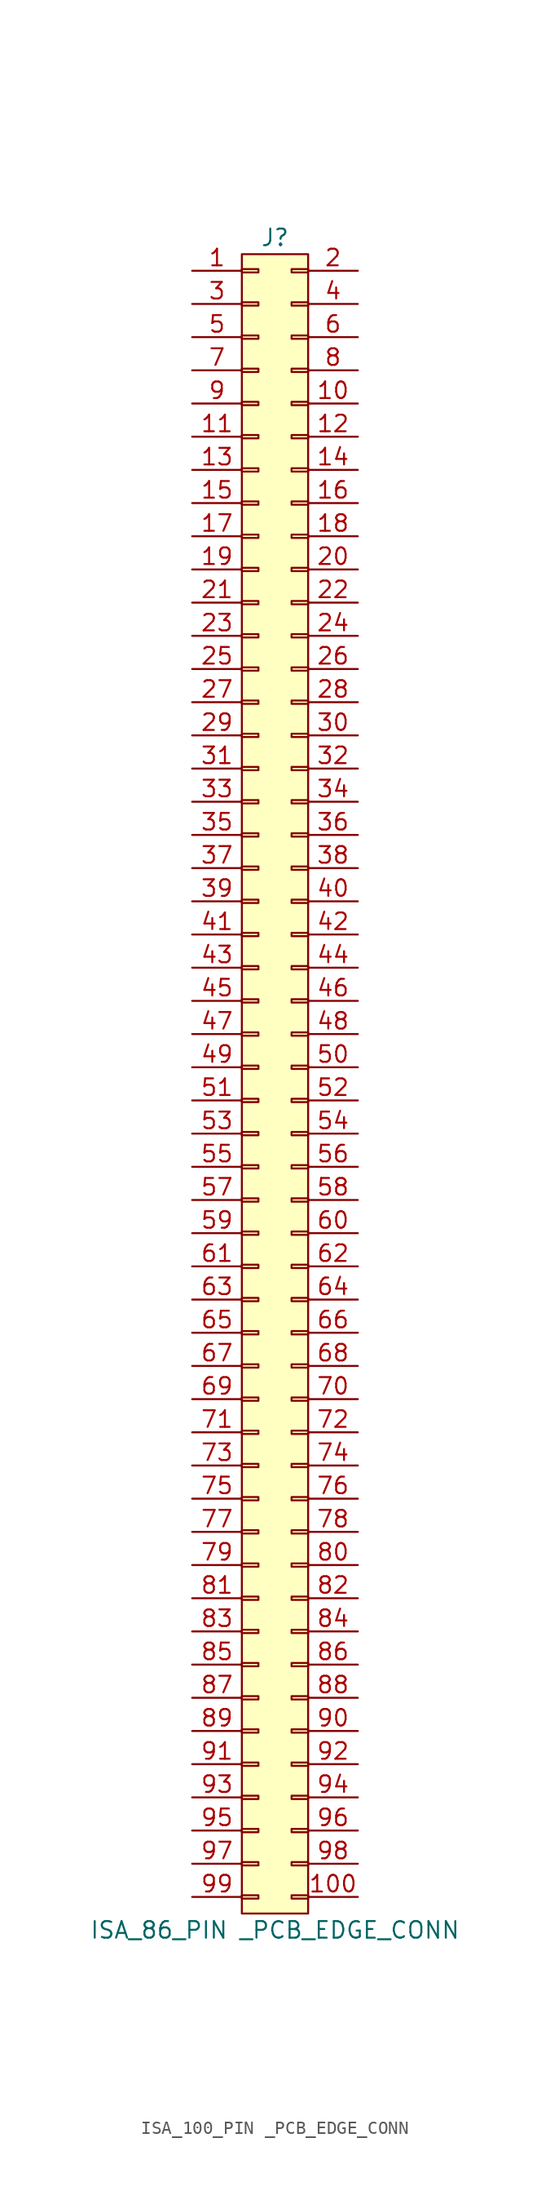
<source format=kicad_sym>
(kicad_symbol_lib
  (version 20241209)
  (generator "kicad_symbol_editor")
  (generator_version "9.0")
  (symbol "ISA_100_PIN _PCB_EDGE_CONN"
    (pin_names
      (offset 1.016)
      (hide yes))
    (property "Reference" "J"
      (at 1.27 50.8 0)
      (effects (font (size 1.27 1.27))))
    (property "Value" "ISA_86_PIN _PCB_EDGE_CONN"
      (at 1.27 -78.74 0)
      (effects (font (size 1.27 1.27))))
    (symbol "ISA_100_PIN _PCB_EDGE_CONN_1_1"
      (rectangle (start -1.27 49.53) (end 3.81 -77.47) (stroke (width 0) (type solid)) (fill (type background)))
      (rectangle (start -1.27 48.387) (end 0 48.133) (stroke (width 0.152) (type default)) (fill (type none)))
      (rectangle (start -1.27 45.847) (end 0 45.593) (stroke (width 0.152) (type default)) (fill (type none)))
      (rectangle (start -1.27 43.307) (end 0 43.053) (stroke (width 0.152) (type default)) (fill (type none)))
      (rectangle (start -1.27 40.767) (end 0 40.513) (stroke (width 0.152) (type default)) (fill (type none)))
      (rectangle (start -1.27 38.227) (end 0 37.973) (stroke (width 0.152) (type default)) (fill (type none)))
      (rectangle (start -1.27 35.687) (end 0 35.433) (stroke (width 0.152) (type default)) (fill (type none)))
      (rectangle (start -1.27 33.147) (end 0 32.893) (stroke (width 0.152) (type default)) (fill (type none)))
      (rectangle (start -1.27 30.607) (end 0 30.353) (stroke (width 0.152) (type default)) (fill (type none)))
      (rectangle (start -1.27 28.067) (end 0 27.813) (stroke (width 0.152) (type default)) (fill (type none)))
      (rectangle (start -1.27 25.527) (end 0 25.273) (stroke (width 0.152) (type default)) (fill (type none)))
      (rectangle (start -1.27 22.987) (end 0 22.733) (stroke (width 0.152) (type default)) (fill (type none)))
      (rectangle (start -1.27 20.447) (end 0 20.193) (stroke (width 0.152) (type default)) (fill (type none)))
      (rectangle (start -1.27 17.907) (end 0 17.653) (stroke (width 0.152) (type default)) (fill (type none)))
      (rectangle (start -1.27 15.367) (end 0 15.113) (stroke (width 0.152) (type default)) (fill (type none)))
      (rectangle (start -1.27 12.827) (end 0 12.573) (stroke (width 0.152) (type default)) (fill (type none)))
      (rectangle (start -1.27 10.287) (end 0 10.033) (stroke (width 0.152) (type default)) (fill (type none)))
      (rectangle (start -1.27 7.747) (end 0 7.493) (stroke (width 0.152) (type default)) (fill (type none)))
      (rectangle (start -1.27 5.207) (end 0 4.953) (stroke (width 0.152) (type default)) (fill (type none)))
      (rectangle (start -1.27 2.667) (end 0 2.413) (stroke (width 0.152) (type default)) (fill (type none)))
      (rectangle (start -1.27 0.127) (end 0 -0.127) (stroke (width 0.152) (type default)) (fill (type none)))
      (rectangle (start -1.27 -2.413) (end 0 -2.667) (stroke (width 0.152) (type default)) (fill (type none)))
      (rectangle (start -1.27 -4.953) (end 0 -5.207) (stroke (width 0.152) (type default)) (fill (type none)))
      (rectangle (start -1.27 -7.493) (end 0 -7.747) (stroke (width 0.152) (type default)) (fill (type none)))
      (rectangle (start -1.27 -10.033) (end 0 -10.287) (stroke (width 0.152) (type default)) (fill (type none)))
      (rectangle (start -1.27 -12.573) (end 0 -12.827) (stroke (width 0.152) (type default)) (fill (type none)))
      (rectangle (start -1.27 -15.113) (end 0 -15.367) (stroke (width 0.152) (type default)) (fill (type none)))
      (rectangle (start -1.27 -17.653) (end 0 -17.907) (stroke (width 0.152) (type default)) (fill (type none)))
      (rectangle (start -1.27 -20.193) (end 0 -20.447) (stroke (width 0.152) (type default)) (fill (type none)))
      (rectangle (start -1.27 -22.733) (end 0 -22.987) (stroke (width 0.152) (type default)) (fill (type none)))
      (rectangle (start -1.27 -25.273) (end 0 -25.527) (stroke (width 0.152) (type default)) (fill (type none)))
      (rectangle (start -1.27 -27.813) (end 0 -28.067) (stroke (width 0.152) (type default)) (fill (type none)))
      (rectangle (start -1.27 -30.353) (end 0 -30.607) (stroke (width 0.152) (type default)) (fill (type none)))
      (rectangle (start -1.27 -32.893) (end 0 -33.147) (stroke (width 0.152) (type default)) (fill (type none)))
      (rectangle (start -1.27 -35.433) (end 0 -35.687) (stroke (width 0.152) (type default)) (fill (type none)))
      (rectangle (start -1.27 -37.973) (end 0 -38.227) (stroke (width 0.152) (type default)) (fill (type none)))
      (rectangle (start -1.27 -40.513) (end 0 -40.767) (stroke (width 0.152) (type default)) (fill (type none)))
      (rectangle (start -1.27 -43.053) (end 0 -43.307) (stroke (width 0.152) (type default)) (fill (type none)))
      (rectangle (start -1.27 -45.593) (end 0 -45.847) (stroke (width 0.152) (type default)) (fill (type none)))
      (rectangle (start -1.27 -48.133) (end 0 -48.387) (stroke (width 0.152) (type default)) (fill (type none)))
      (rectangle (start -1.27 -50.673) (end 0 -50.927) (stroke (width 0.152) (type default)) (fill (type none)))
      (rectangle (start -1.27 -53.213) (end 0 -53.467) (stroke (width 0.152) (type default)) (fill (type none)))
      (rectangle (start -1.27 -55.753) (end 0 -56.007) (stroke (width 0.152) (type default)) (fill (type none)))
      (rectangle (start -1.27 -58.293) (end 0 -58.547) (stroke (width 0.152) (type default)) (fill (type none)))
      (rectangle (start -1.27 -60.833) (end 0 -61.087) (stroke (width 0.152) (type default)) (fill (type none)))
      (rectangle (start -1.27 -63.373) (end 0 -63.627) (stroke (width 0.152) (type default)) (fill (type none)))
      (rectangle (start -1.27 -65.913) (end 0 -66.167) (stroke (width 0.152) (type default)) (fill (type none)))
      (rectangle (start -1.27 -68.453) (end 0 -68.707) (stroke (width 0.152) (type default)) (fill (type none)))
      (rectangle (start -1.27 -70.993) (end 0 -71.247) (stroke (width 0.152) (type default)) (fill (type none)))
      (rectangle (start -1.27 -73.533) (end 0 -73.787) (stroke (width 0.152) (type default)) (fill (type none)))
      (rectangle (start -1.27 -76.073) (end 0 -76.327) (stroke (width 0.152) (type default)) (fill (type none)))
      (rectangle (start 3.81 48.387) (end 2.54 48.133) (stroke (width 0.152) (type default)) (fill (type none)))
      (rectangle (start 3.81 45.847) (end 2.54 45.593) (stroke (width 0.152) (type default)) (fill (type none)))
      (rectangle (start 3.81 43.307) (end 2.54 43.053) (stroke (width 0.152) (type default)) (fill (type none)))
      (rectangle (start 3.81 40.767) (end 2.54 40.513) (stroke (width 0.152) (type default)) (fill (type none)))
      (rectangle (start 3.81 38.227) (end 2.54 37.973) (stroke (width 0.152) (type default)) (fill (type none)))
      (rectangle (start 3.81 35.687) (end 2.54 35.433) (stroke (width 0.152) (type default)) (fill (type none)))
      (rectangle (start 3.81 33.147) (end 2.54 32.893) (stroke (width 0.152) (type default)) (fill (type none)))
      (rectangle (start 3.81 30.607) (end 2.54 30.353) (stroke (width 0.152) (type default)) (fill (type none)))
      (rectangle (start 3.81 28.067) (end 2.54 27.813) (stroke (width 0.152) (type default)) (fill (type none)))
      (rectangle (start 3.81 25.527) (end 2.54 25.273) (stroke (width 0.152) (type default)) (fill (type none)))
      (rectangle (start 3.81 22.987) (end 2.54 22.733) (stroke (width 0.152) (type default)) (fill (type none)))
      (rectangle (start 3.81 20.447) (end 2.54 20.193) (stroke (width 0.152) (type default)) (fill (type none)))
      (rectangle (start 3.81 17.907) (end 2.54 17.653) (stroke (width 0.152) (type default)) (fill (type none)))
      (rectangle (start 3.81 15.367) (end 2.54 15.113) (stroke (width 0.152) (type default)) (fill (type none)))
      (rectangle (start 3.81 12.827) (end 2.54 12.573) (stroke (width 0.152) (type default)) (fill (type none)))
      (rectangle (start 3.81 10.287) (end 2.54 10.033) (stroke (width 0.152) (type default)) (fill (type none)))
      (rectangle (start 3.81 7.747) (end 2.54 7.493) (stroke (width 0.152) (type default)) (fill (type none)))
      (rectangle (start 3.81 5.207) (end 2.54 4.953) (stroke (width 0.152) (type default)) (fill (type none)))
      (rectangle (start 3.81 2.667) (end 2.54 2.413) (stroke (width 0.152) (type default)) (fill (type none)))
      (rectangle (start 3.81 0.127) (end 2.54 -0.127) (stroke (width 0.152) (type default)) (fill (type none)))
      (rectangle (start 3.81 -2.413) (end 2.54 -2.667) (stroke (width 0.152) (type default)) (fill (type none)))
      (rectangle (start 3.81 -4.953) (end 2.54 -5.207) (stroke (width 0.152) (type default)) (fill (type none)))
      (rectangle (start 3.81 -7.493) (end 2.54 -7.747) (stroke (width 0.152) (type default)) (fill (type none)))
      (rectangle (start 3.81 -10.033) (end 2.54 -10.287) (stroke (width 0.152) (type default)) (fill (type none)))
      (rectangle (start 3.81 -12.573) (end 2.54 -12.827) (stroke (width 0.152) (type default)) (fill (type none)))
      (rectangle (start 3.81 -15.113) (end 2.54 -15.367) (stroke (width 0.152) (type default)) (fill (type none)))
      (rectangle (start 3.81 -17.653) (end 2.54 -17.907) (stroke (width 0.152) (type default)) (fill (type none)))
      (rectangle (start 3.81 -20.193) (end 2.54 -20.447) (stroke (width 0.152) (type default)) (fill (type none)))
      (rectangle (start 3.81 -22.733) (end 2.54 -22.987) (stroke (width 0.152) (type default)) (fill (type none)))
      (rectangle (start 3.81 -25.273) (end 2.54 -25.527) (stroke (width 0.152) (type default)) (fill (type none)))
      (rectangle (start 3.81 -27.813) (end 2.54 -28.067) (stroke (width 0.152) (type default)) (fill (type none)))
      (rectangle (start 3.81 -30.353) (end 2.54 -30.607) (stroke (width 0.152) (type default)) (fill (type none)))
      (rectangle (start 3.81 -32.893) (end 2.54 -33.147) (stroke (width 0.152) (type default)) (fill (type none)))
      (rectangle (start 3.81 -35.433) (end 2.54 -35.687) (stroke (width 0.152) (type default)) (fill (type none)))
      (rectangle (start 3.81 -37.973) (end 2.54 -38.227) (stroke (width 0.152) (type default)) (fill (type none)))
      (rectangle (start 3.81 -40.513) (end 2.54 -40.767) (stroke (width 0.152) (type default)) (fill (type none)))
      (rectangle (start 3.81 -43.053) (end 2.54 -43.307) (stroke (width 0.152) (type default)) (fill (type none)))
      (rectangle (start 3.81 -45.593) (end 2.54 -45.847) (stroke (width 0.152) (type default)) (fill (type none)))
      (rectangle (start 3.81 -48.133) (end 2.54 -48.387) (stroke (width 0.152) (type default)) (fill (type none)))
      (rectangle (start 3.81 -50.673) (end 2.54 -50.927) (stroke (width 0.152) (type default)) (fill (type none)))
      (rectangle (start 3.81 -53.213) (end 2.54 -53.467) (stroke (width 0.152) (type default)) (fill (type none)))
      (rectangle (start 3.81 -55.753) (end 2.54 -56.007) (stroke (width 0.152) (type default)) (fill (type none)))
      (rectangle (start 3.81 -58.293) (end 2.54 -58.547) (stroke (width 0.152) (type default)) (fill (type none)))
      (rectangle (start 3.81 -60.833) (end 2.54 -61.087) (stroke (width 0.152) (type default)) (fill (type none)))
      (rectangle (start 3.81 -63.373) (end 2.54 -63.627) (stroke (width 0.152) (type default)) (fill (type none)))
      (rectangle (start 3.81 -65.913) (end 2.54 -66.167) (stroke (width 0.152) (type default)) (fill (type none)))
      (rectangle (start 3.81 -68.453) (end 2.54 -68.707) (stroke (width 0.152) (type default)) (fill (type none)))
      (rectangle (start 3.81 -70.993) (end 2.54 -71.247) (stroke (width 0.152) (type default)) (fill (type none)))
      (rectangle (start 3.81 -73.533) (end 2.54 -73.787) (stroke (width 0.152) (type default)) (fill (type none)))
      (rectangle (start 3.81 -76.073) (end 2.54 -76.327) (stroke (width 0.152) (type default)) (fill (type none)))
      (pin passive line (at -5.08 48.26 0) (length 3.81) (name "Pin_1" (effects (font (size 1.27 1.27)))) (number "1" (effects (font (size 1.27 1.27)))))
      (pin passive line (at -5.08 45.72 0) (length 3.81) (name "Pin_3" (effects (font (size 1.27 1.27)))) (number "3" (effects (font (size 1.27 1.27)))))
      (pin passive line (at -5.08 43.18 0) (length 3.81) (name "Pin_5" (effects (font (size 1.27 1.27)))) (number "5" (effects (font (size 1.27 1.27)))))
      (pin passive line (at -5.08 40.64 0) (length 3.81) (name "Pin_7" (effects (font (size 1.27 1.27)))) (number "7" (effects (font (size 1.27 1.27)))))
      (pin passive line (at -5.08 38.1 0) (length 3.81) (name "Pin_9" (effects (font (size 1.27 1.27)))) (number "9" (effects (font (size 1.27 1.27)))))
      (pin passive line (at -5.08 35.56 0) (length 3.81) (name "Pin_11" (effects (font (size 1.27 1.27)))) (number "11" (effects (font (size 1.27 1.27)))))
      (pin passive line (at -5.08 33.02 0) (length 3.81) (name "Pin_13" (effects (font (size 1.27 1.27)))) (number "13" (effects (font (size 1.27 1.27)))))
      (pin passive line (at -5.08 30.48 0) (length 3.81) (name "Pin_15" (effects (font (size 1.27 1.27)))) (number "15" (effects (font (size 1.27 1.27)))))
      (pin passive line (at -5.08 27.94 0) (length 3.81) (name "Pin_17" (effects (font (size 1.27 1.27)))) (number "17" (effects (font (size 1.27 1.27)))))
      (pin passive line (at -5.08 25.4 0) (length 3.81) (name "Pin_19" (effects (font (size 1.27 1.27)))) (number "19" (effects (font (size 1.27 1.27)))))
      (pin passive line (at -5.08 22.86 0) (length 3.81) (name "Pin_21" (effects (font (size 1.27 1.27)))) (number "21" (effects (font (size 1.27 1.27)))))
      (pin passive line (at -5.08 20.32 0) (length 3.81) (name "Pin_23" (effects (font (size 1.27 1.27)))) (number "23" (effects (font (size 1.27 1.27)))))
      (pin passive line (at -5.08 17.78 0) (length 3.81) (name "Pin_25" (effects (font (size 1.27 1.27)))) (number "25" (effects (font (size 1.27 1.27)))))
      (pin passive line (at -5.08 15.24 0) (length 3.81) (name "Pin_27" (effects (font (size 1.27 1.27)))) (number "27" (effects (font (size 1.27 1.27)))))
      (pin passive line (at -5.08 12.7 0) (length 3.81) (name "Pin_29" (effects (font (size 1.27 1.27)))) (number "29" (effects (font (size 1.27 1.27)))))
      (pin passive line (at -5.08 10.16 0) (length 3.81) (name "Pin_31" (effects (font (size 1.27 1.27)))) (number "31" (effects (font (size 1.27 1.27)))))
      (pin passive line (at -5.08 7.62 0) (length 3.81) (name "Pin_33" (effects (font (size 1.27 1.27)))) (number "33" (effects (font (size 1.27 1.27)))))
      (pin passive line (at -5.08 5.08 0) (length 3.81) (name "Pin_35" (effects (font (size 1.27 1.27)))) (number "35" (effects (font (size 1.27 1.27)))))
      (pin passive line (at -5.08 2.54 0) (length 3.81) (name "Pin_37" (effects (font (size 1.27 1.27)))) (number "37" (effects (font (size 1.27 1.27)))))
      (pin passive line (at -5.08 0 0) (length 3.81) (name "Pin_39" (effects (font (size 1.27 1.27)))) (number "39" (effects (font (size 1.27 1.27)))))
      (pin passive line (at -5.08 -2.54 0) (length 3.81) (name "Pin_41" (effects (font (size 1.27 1.27)))) (number "41" (effects (font (size 1.27 1.27)))))
      (pin passive line (at -5.08 -5.08 0) (length 3.81) (name "Pin_43" (effects (font (size 1.27 1.27)))) (number "43" (effects (font (size 1.27 1.27)))))
      (pin passive line (at -5.08 -7.62 0) (length 3.81) (name "Pin_45" (effects (font (size 1.27 1.27)))) (number "45" (effects (font (size 1.27 1.27)))))
      (pin passive line (at -5.08 -10.16 0) (length 3.81) (name "Pin_47" (effects (font (size 1.27 1.27)))) (number "47" (effects (font (size 1.27 1.27)))))
      (pin passive line (at -5.08 -12.7 0) (length 3.81) (name "Pin_49" (effects (font (size 1.27 1.27)))) (number "49" (effects (font (size 1.27 1.27)))))
      (pin passive line (at -5.08 -15.24 0) (length 3.81) (name "Pin_51" (effects (font (size 1.27 1.27)))) (number "51" (effects (font (size 1.27 1.27)))))
      (pin passive line (at -5.08 -17.78 0) (length 3.81) (name "Pin_53" (effects (font (size 1.27 1.27)))) (number "53" (effects (font (size 1.27 1.27)))))
      (pin passive line (at -5.08 -20.32 0) (length 3.81) (name "Pin_55" (effects (font (size 1.27 1.27)))) (number "55" (effects (font (size 1.27 1.27)))))
      (pin passive line (at -5.08 -22.86 0) (length 3.81) (name "Pin_57" (effects (font (size 1.27 1.27)))) (number "57" (effects (font (size 1.27 1.27)))))
      (pin passive line (at -5.08 -25.4 0) (length 3.81) (name "Pin_59" (effects (font (size 1.27 1.27)))) (number "59" (effects (font (size 1.27 1.27)))))
      (pin passive line (at -5.08 -27.94 0) (length 3.81) (name "Pin_61" (effects (font (size 1.27 1.27)))) (number "61" (effects (font (size 1.27 1.27)))))
      (pin passive line (at -5.08 -30.48 0) (length 3.81) (name "Pin_63" (effects (font (size 1.27 1.27)))) (number "63" (effects (font (size 1.27 1.27)))))
      (pin passive line (at -5.08 -33.02 0) (length 3.81) (name "Pin_65" (effects (font (size 1.27 1.27)))) (number "65" (effects (font (size 1.27 1.27)))))
      (pin passive line (at -5.08 -35.56 0) (length 3.81) (name "Pin_67" (effects (font (size 1.27 1.27)))) (number "67" (effects (font (size 1.27 1.27)))))
      (pin passive line (at -5.08 -38.1 0) (length 3.81) (name "Pin_69" (effects (font (size 1.27 1.27)))) (number "69" (effects (font (size 1.27 1.27)))))
      (pin passive line (at -5.08 -40.64 0) (length 3.81) (name "Pin_41" (effects (font (size 1.27 1.27)))) (number "71" (effects (font (size 1.27 1.27)))))
      (pin passive line (at -5.08 -43.18 0) (length 3.81) (name "Pin_43" (effects (font (size 1.27 1.27)))) (number "73" (effects (font (size 1.27 1.27)))))
      (pin passive line (at -5.08 -45.72 0) (length 3.81) (name "Pin_45" (effects (font (size 1.27 1.27)))) (number "75" (effects (font (size 1.27 1.27)))))
      (pin passive line (at -5.08 -48.26 0) (length 3.81) (name "Pin_47" (effects (font (size 1.27 1.27)))) (number "77" (effects (font (size 1.27 1.27)))))
      (pin passive line (at -5.08 -50.8 0) (length 3.81) (name "Pin_49" (effects (font (size 1.27 1.27)))) (number "79" (effects (font (size 1.27 1.27)))))
      (pin passive line (at -5.08 -53.34 0) (length 3.81) (name "Pin_51" (effects (font (size 1.27 1.27)))) (number "81" (effects (font (size 1.27 1.27)))))
      (pin passive line (at -5.08 -55.88 0) (length 3.81) (name "Pin_53" (effects (font (size 1.27 1.27)))) (number "83" (effects (font (size 1.27 1.27)))))
      (pin passive line (at -5.08 -58.42 0) (length 3.81) (name "Pin_55" (effects (font (size 1.27 1.27)))) (number "85" (effects (font (size 1.27 1.27)))))
      (pin passive line (at -5.08 -60.96 0) (length 3.81) (name "Pin_57" (effects (font (size 1.27 1.27)))) (number "87" (effects (font (size 1.27 1.27)))))
      (pin passive line (at -5.08 -63.5 0) (length 3.81) (name "Pin_59" (effects (font (size 1.27 1.27)))) (number "89" (effects (font (size 1.27 1.27)))))
      (pin passive line (at -5.08 -66.04 0) (length 3.81) (name "Pin_61" (effects (font (size 1.27 1.27)))) (number "91" (effects (font (size 1.27 1.27)))))
      (pin passive line (at -5.08 -68.58 0) (length 3.81) (name "Pin_63" (effects (font (size 1.27 1.27)))) (number "93" (effects (font (size 1.27 1.27)))))
      (pin passive line (at -5.08 -71.12 0) (length 3.81) (name "Pin_65" (effects (font (size 1.27 1.27)))) (number "95" (effects (font (size 1.27 1.27)))))
      (pin passive line (at -5.08 -73.66 0) (length 3.81) (name "Pin_67" (effects (font (size 1.27 1.27)))) (number "97" (effects (font (size 1.27 1.27)))))
      (pin passive line (at -5.08 -76.2 0) (length 3.81) (name "Pin_69" (effects (font (size 1.27 1.27)))) (number "99" (effects (font (size 1.27 1.27)))))
      (pin passive line (at 7.62 48.26 180) (length 3.81) (name "Pin_2" (effects (font (size 1.27 1.27)))) (number "2" (effects (font (size 1.27 1.27)))))
      (pin passive line (at 7.62 45.72 180) (length 3.81) (name "Pin_4" (effects (font (size 1.27 1.27)))) (number "4" (effects (font (size 1.27 1.27)))))
      (pin passive line (at 7.62 43.18 180) (length 3.81) (name "Pin_6" (effects (font (size 1.27 1.27)))) (number "6" (effects (font (size 1.27 1.27)))))
      (pin passive line (at 7.62 40.64 180) (length 3.81) (name "Pin_8" (effects (font (size 1.27 1.27)))) (number "8" (effects (font (size 1.27 1.27)))))
      (pin passive line (at 7.62 38.1 180) (length 3.81) (name "Pin_10" (effects (font (size 1.27 1.27)))) (number "10" (effects (font (size 1.27 1.27)))))
      (pin passive line (at 7.62 35.56 180) (length 3.81) (name "Pin_12" (effects (font (size 1.27 1.27)))) (number "12" (effects (font (size 1.27 1.27)))))
      (pin passive line (at 7.62 33.02 180) (length 3.81) (name "Pin_14" (effects (font (size 1.27 1.27)))) (number "14" (effects (font (size 1.27 1.27)))))
      (pin passive line (at 7.62 30.48 180) (length 3.81) (name "Pin_16" (effects (font (size 1.27 1.27)))) (number "16" (effects (font (size 1.27 1.27)))))
      (pin passive line (at 7.62 27.94 180) (length 3.81) (name "Pin_18" (effects (font (size 1.27 1.27)))) (number "18" (effects (font (size 1.27 1.27)))))
      (pin passive line (at 7.62 25.4 180) (length 3.81) (name "Pin_20" (effects (font (size 1.27 1.27)))) (number "20" (effects (font (size 1.27 1.27)))))
      (pin passive line (at 7.62 22.86 180) (length 3.81) (name "Pin_22" (effects (font (size 1.27 1.27)))) (number "22" (effects (font (size 1.27 1.27)))))
      (pin passive line (at 7.62 20.32 180) (length 3.81) (name "Pin_24" (effects (font (size 1.27 1.27)))) (number "24" (effects (font (size 1.27 1.27)))))
      (pin passive line (at 7.62 17.78 180) (length 3.81) (name "Pin_26" (effects (font (size 1.27 1.27)))) (number "26" (effects (font (size 1.27 1.27)))))
      (pin passive line (at 7.62 15.24 180) (length 3.81) (name "Pin_28" (effects (font (size 1.27 1.27)))) (number "28" (effects (font (size 1.27 1.27)))))
      (pin passive line (at 7.62 12.7 180) (length 3.81) (name "Pin_30" (effects (font (size 1.27 1.27)))) (number "30" (effects (font (size 1.27 1.27)))))
      (pin passive line (at 7.62 10.16 180) (length 3.81) (name "Pin_32" (effects (font (size 1.27 1.27)))) (number "32" (effects (font (size 1.27 1.27)))))
      (pin passive line (at 7.62 7.62 180) (length 3.81) (name "Pin_34" (effects (font (size 1.27 1.27)))) (number "34" (effects (font (size 1.27 1.27)))))
      (pin passive line (at 7.62 5.08 180) (length 3.81) (name "Pin_36" (effects (font (size 1.27 1.27)))) (number "36" (effects (font (size 1.27 1.27)))))
      (pin passive line (at 7.62 2.54 180) (length 3.81) (name "Pin_38" (effects (font (size 1.27 1.27)))) (number "38" (effects (font (size 1.27 1.27)))))
      (pin passive line (at 7.62 0 180) (length 3.81) (name "Pin_40" (effects (font (size 1.27 1.27)))) (number "40" (effects (font (size 1.27 1.27)))))
      (pin passive line (at 7.62 -2.54 180) (length 3.81) (name "Pin_42" (effects (font (size 1.27 1.27)))) (number "42" (effects (font (size 1.27 1.27)))))
      (pin passive line (at 7.62 -5.08 180) (length 3.81) (name "Pin_44" (effects (font (size 1.27 1.27)))) (number "44" (effects (font (size 1.27 1.27)))))
      (pin passive line (at 7.62 -7.62 180) (length 3.81) (name "Pin_46" (effects (font (size 1.27 1.27)))) (number "46" (effects (font (size 1.27 1.27)))))
      (pin passive line (at 7.62 -10.16 180) (length 3.81) (name "Pin_48" (effects (font (size 1.27 1.27)))) (number "48" (effects (font (size 1.27 1.27)))))
      (pin passive line (at 7.62 -12.7 180) (length 3.81) (name "Pin_50" (effects (font (size 1.27 1.27)))) (number "50" (effects (font (size 1.27 1.27)))))
      (pin passive line (at 7.62 -15.24 180) (length 3.81) (name "Pin_52" (effects (font (size 1.27 1.27)))) (number "52" (effects (font (size 1.27 1.27)))))
      (pin passive line (at 7.62 -17.78 180) (length 3.81) (name "Pin_54" (effects (font (size 1.27 1.27)))) (number "54" (effects (font (size 1.27 1.27)))))
      (pin passive line (at 7.62 -20.32 180) (length 3.81) (name "Pin_56" (effects (font (size 1.27 1.27)))) (number "56" (effects (font (size 1.27 1.27)))))
      (pin passive line (at 7.62 -22.86 180) (length 3.81) (name "Pin_58" (effects (font (size 1.27 1.27)))) (number "58" (effects (font (size 1.27 1.27)))))
      (pin passive line (at 7.62 -25.4 180) (length 3.81) (name "Pin_60" (effects (font (size 1.27 1.27)))) (number "60" (effects (font (size 1.27 1.27)))))
      (pin passive line (at 7.62 -27.94 180) (length 3.81) (name "Pin_62" (effects (font (size 1.27 1.27)))) (number "62" (effects (font (size 1.27 1.27)))))
      (pin passive line (at 7.62 -30.48 180) (length 3.81) (name "Pin_64" (effects (font (size 1.27 1.27)))) (number "64" (effects (font (size 1.27 1.27)))))
      (pin passive line (at 7.62 -33.02 180) (length 3.81) (name "Pin_66" (effects (font (size 1.27 1.27)))) (number "66" (effects (font (size 1.27 1.27)))))
      (pin passive line (at 7.62 -35.56 180) (length 3.81) (name "Pin_68" (effects (font (size 1.27 1.27)))) (number "68" (effects (font (size 1.27 1.27)))))
      (pin passive line (at 7.62 -38.1 180) (length 3.81) (name "Pin_70" (effects (font (size 1.27 1.27)))) (number "70" (effects (font (size 1.27 1.27)))))
      (pin passive line (at 7.62 -40.64 180) (length 3.81) (name "Pin_42" (effects (font (size 1.27 1.27)))) (number "72" (effects (font (size 1.27 1.27)))))
      (pin passive line (at 7.62 -43.18 180) (length 3.81) (name "Pin_44" (effects (font (size 1.27 1.27)))) (number "74" (effects (font (size 1.27 1.27)))))
      (pin passive line (at 7.62 -45.72 180) (length 3.81) (name "Pin_46" (effects (font (size 1.27 1.27)))) (number "76" (effects (font (size 1.27 1.27)))))
      (pin passive line (at 7.62 -48.26 180) (length 3.81) (name "Pin_48" (effects (font (size 1.27 1.27)))) (number "78" (effects (font (size 1.27 1.27)))))
      (pin passive line (at 7.62 -50.8 180) (length 3.81) (name "Pin_50" (effects (font (size 1.27 1.27)))) (number "80" (effects (font (size 1.27 1.27)))))
      (pin passive line (at 7.62 -53.34 180) (length 3.81) (name "Pin_52" (effects (font (size 1.27 1.27)))) (number "82" (effects (font (size 1.27 1.27)))))
      (pin passive line (at 7.62 -55.88 180) (length 3.81) (name "Pin_54" (effects (font (size 1.27 1.27)))) (number "84" (effects (font (size 1.27 1.27)))))
      (pin passive line (at 7.62 -58.42 180) (length 3.81) (name "Pin_56" (effects (font (size 1.27 1.27)))) (number "86" (effects (font (size 1.27 1.27)))))
      (pin passive line (at 7.62 -60.96 180) (length 3.81) (name "Pin_58" (effects (font (size 1.27 1.27)))) (number "88" (effects (font (size 1.27 1.27)))))
      (pin passive line (at 7.62 -63.5 180) (length 3.81) (name "Pin_60" (effects (font (size 1.27 1.27)))) (number "90" (effects (font (size 1.27 1.27)))))
      (pin passive line (at 7.62 -66.04 180) (length 3.81) (name "Pin_62" (effects (font (size 1.27 1.27)))) (number "92" (effects (font (size 1.27 1.27)))))
      (pin passive line (at 7.62 -68.58 180) (length 3.81) (name "Pin_64" (effects (font (size 1.27 1.27)))) (number "94" (effects (font (size 1.27 1.27)))))
      (pin passive line (at 7.62 -71.12 180) (length 3.81) (name "Pin_66" (effects (font (size 1.27 1.27)))) (number "96" (effects (font (size 1.27 1.27)))))
      (pin passive line (at 7.62 -73.66 180) (length 3.81) (name "Pin_68" (effects (font (size 1.27 1.27)))) (number "98" (effects (font (size 1.27 1.27)))))
      (pin passive line (at 7.62 -76.2 180) (length 3.81) (name "Pin_70" (effects (font (size 1.27 1.27)))) (number "100" (effects (font (size 1.27 1.27))))))))
</source>
